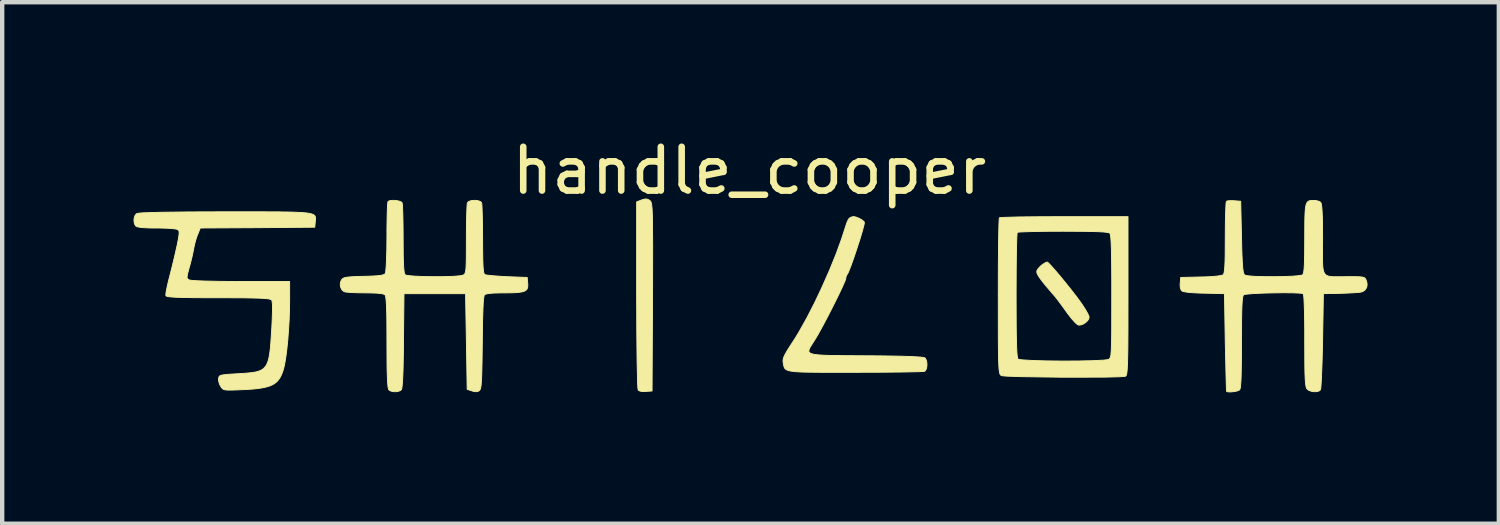
<source format=kicad_pcb>
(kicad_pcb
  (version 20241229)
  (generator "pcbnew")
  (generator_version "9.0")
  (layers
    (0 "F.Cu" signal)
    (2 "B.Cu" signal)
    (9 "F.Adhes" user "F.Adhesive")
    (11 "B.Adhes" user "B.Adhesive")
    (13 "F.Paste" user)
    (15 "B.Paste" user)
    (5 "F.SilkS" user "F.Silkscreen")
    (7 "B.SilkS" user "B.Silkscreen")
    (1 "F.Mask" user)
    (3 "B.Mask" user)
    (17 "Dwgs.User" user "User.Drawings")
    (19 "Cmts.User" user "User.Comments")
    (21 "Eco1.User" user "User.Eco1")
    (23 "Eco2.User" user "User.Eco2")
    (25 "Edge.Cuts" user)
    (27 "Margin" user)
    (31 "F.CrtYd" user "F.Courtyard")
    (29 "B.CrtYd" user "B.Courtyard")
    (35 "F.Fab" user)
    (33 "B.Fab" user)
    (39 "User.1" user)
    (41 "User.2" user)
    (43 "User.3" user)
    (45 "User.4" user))
  (footprint "handle_cooper"
    (layer "F.Cu")
    (at 14.159 3.708)
    (property "Reference" "handle_cooper" (at -0.09 -2.86 0) (unlocked yes) (layer "F.SilkS") (effects (font (size 1 1) (thickness 0.15))))
    (attr smd)
    (fp_poly (pts (xy -2.453 -2.212) (xy -2.447 -2.212) (xy -2.441 -2.211) (xy -2.435 -2.21) (xy -2.429 -2.209) (xy -2.424 -2.207) (xy -2.418 -2.206) (xy -2.412 -2.204) (xy -2.407 -2.201) (xy -2.401 -2.199) (xy -2.395 -2.196) (xy -2.383 -2.189) (xy -2.371 -2.181) (xy -2.358 -2.172) (xy -2.339 -2.146) (xy -2.324 -2.089) (xy -2.313 -1.981) (xy -2.306 -1.802) (xy -2.3 -1.15) (xy -2.303 0.025) (xy -2.314 2.173) (xy -2.458 2.184) (xy -2.475 2.185) (xy -2.491 2.186) (xy -2.506 2.186) (xy -2.52 2.186) (xy -2.534 2.185) (xy -2.548 2.183) (xy -2.56 2.182) (xy -2.572 2.179) (xy -2.583 2.177) (xy -2.593 2.174) (xy -2.597 2.172) (xy -2.602 2.17) (xy -2.606 2.168) (xy -2.61 2.166) (xy -2.614 2.164) (xy -2.617 2.162) (xy -2.62 2.16) (xy -2.623 2.157) (xy -2.626 2.155) (xy -2.628 2.152) (xy -2.631 2.15) (xy -2.632 2.147) (xy -2.639 2.094) (xy -2.645 1.961) (xy -2.656 1.49) (xy -2.663 0.804) (xy -2.666 -0.024) (xy -2.666 -2.146) (xy -2.581 -2.179) (xy -2.56 -2.187) (xy -2.541 -2.194) (xy -2.523 -2.2) (xy -2.507 -2.204) (xy -2.492 -2.208) (xy -2.485 -2.209) (xy -2.478 -2.21) (xy -2.472 -2.211) (xy -2.465 -2.212) (xy -2.459 -2.212)) (stroke (width 0.021) (type solid)) (fill yes) (layer "F.SilkS"))
    (fp_poly (pts (xy 8.558 0.002) (xy 8.557 0.545) (xy 8.557 0.771) (xy 8.556 0.969) (xy 8.555 1.141) (xy 8.553 1.289) (xy 8.55 1.414) (xy 8.548 1.519) (xy 8.544 1.605) (xy 8.54 1.674) (xy 8.538 1.703) (xy 8.535 1.728) (xy 8.533 1.75) (xy 8.53 1.769) (xy 8.527 1.785) (xy 8.523 1.799) (xy 8.52 1.809) (xy 8.516 1.818) (xy 8.512 1.825) (xy 8.508 1.83) (xy 8.503 1.834) (xy 8.499 1.836) (xy 8.451 1.843) (xy 8.35 1.849) (xy 8.023 1.857) (xy 7.072 1.859) (xy 6.126 1.846) (xy 5.805 1.835) (xy 5.708 1.828) (xy 5.665 1.821) (xy 5.643 1.803) (xy 5.634 1.787) (xy 5.626 1.764) (xy 5.613 1.684) (xy 5.605 1.545) (xy 5.599 1.327) (xy 5.596 1.011) (xy 5.595 0.01) (xy 5.595 -0.012) (xy 6.002 -0.012) (xy 6.003 0.35) (xy 6.004 0.653) (xy 6.007 0.9) (xy 6.012 1.096) (xy 6.014 1.176) (xy 6.018 1.244) (xy 6.021 1.302) (xy 6.025 1.349) (xy 6.03 1.386) (xy 6.035 1.414) (xy 6.04 1.433) (xy 6.043 1.439) (xy 6.046 1.443) (xy 6.078 1.454) (xy 6.148 1.463) (xy 6.38 1.477) (xy 6.699 1.486) (xy 7.064 1.49) (xy 7.43 1.488) (xy 7.757 1.481) (xy 8 1.469) (xy 8.077 1.46) (xy 8.117 1.451) (xy 8.139 1.433) (xy 8.148 1.42) (xy 8.156 1.4) (xy 8.163 1.372) (xy 8.169 1.334) (xy 8.177 1.222) (xy 8.183 1.049) (xy 8.186 0.8) (xy 8.187 0.013) (xy 8.187 -0.346) (xy 8.185 -0.647) (xy 8.182 -0.892) (xy 8.178 -1.087) (xy 8.175 -1.166) (xy 8.172 -1.234) (xy 8.168 -1.291) (xy 8.164 -1.338) (xy 8.159 -1.375) (xy 8.154 -1.402) (xy 8.149 -1.421) (xy 8.146 -1.427) (xy 8.143 -1.431) (xy 8.134 -1.437) (xy 8.118 -1.443) (xy 8.067 -1.452) (xy 7.987 -1.46) (xy 7.876 -1.466) (xy 7.732 -1.47) (xy 7.552 -1.473) (xy 7.076 -1.476) (xy 6.87 -1.475) (xy 6.676 -1.474) (xy 6.5 -1.471) (xy 6.345 -1.468) (xy 6.216 -1.464) (xy 6.117 -1.46) (xy 6.053 -1.455) (xy 6.035 -1.452) (xy 6.028 -1.45) (xy 6.023 -1.417) (xy 6.018 -1.33) (xy 6.009 -1.019) (xy 6.004 -0.564) (xy 6.002 -0.012) (xy 5.595 -0.012) (xy 5.596 -0.68) (xy 5.602 -1.248) (xy 5.606 -1.468) (xy 5.61 -1.635) (xy 5.615 -1.743) (xy 5.618 -1.772) (xy 5.62 -1.783) (xy 5.654 -1.788) (xy 5.744 -1.793) (xy 6.064 -1.802) (xy 6.533 -1.807) (xy 7.102 -1.809) (xy 8.558 -1.809)) (stroke (width 0.021) (type solid)) (fill yes) (layer "F.SilkS"))
    (fp_poly (pts (xy 6.725 -0.765) (xy 6.746 -0.746) (xy 6.814 -0.674) (xy 6.908 -0.567) (xy 7.02 -0.435) (xy 7.141 -0.287) (xy 7.263 -0.134) (xy 7.378 0.014) (xy 7.476 0.147) (xy 7.514 0.202) (xy 7.55 0.257) (xy 7.583 0.309) (xy 7.598 0.334) (xy 7.611 0.357) (xy 7.624 0.38) (xy 7.635 0.401) (xy 7.645 0.42) (xy 7.653 0.438) (xy 7.66 0.454) (xy 7.665 0.467) (xy 7.668 0.479) (xy 7.669 0.483) (xy 7.669 0.488) (xy 7.668 0.496) (xy 7.667 0.504) (xy 7.665 0.512) (xy 7.662 0.52) (xy 7.659 0.529) (xy 7.654 0.537) (xy 7.649 0.546) (xy 7.644 0.554) (xy 7.637 0.562) (xy 7.631 0.57) (xy 7.616 0.586) (xy 7.599 0.601) (xy 7.581 0.615) (xy 7.562 0.628) (xy 7.542 0.64) (xy 7.522 0.65) (xy 7.502 0.657) (xy 7.491 0.661) (xy 7.481 0.663) (xy 7.471 0.665) (xy 7.461 0.667) (xy 7.452 0.667) (xy 7.442 0.667) (xy 7.433 0.667) (xy 7.424 0.665) (xy 7.417 0.663) (xy 7.407 0.657) (xy 7.396 0.649) (xy 7.383 0.639) (xy 7.369 0.627) (xy 7.354 0.612) (xy 7.338 0.596) (xy 7.321 0.577) (xy 7.285 0.536) (xy 7.246 0.489) (xy 7.206 0.438) (xy 7.165 0.384) (xy 7.126 0.328) (xy 7.086 0.273) (xy 7.01 0.169) (xy 6.947 0.085) (xy 6.923 0.054) (xy 6.906 0.032) (xy 6.836 -0.049) (xy 6.773 -0.122) (xy 6.718 -0.187) (xy 6.669 -0.246) (xy 6.626 -0.298) (xy 6.59 -0.345) (xy 6.559 -0.386) (xy 6.546 -0.404) (xy 6.534 -0.422) (xy 6.523 -0.438) (xy 6.513 -0.453) (xy 6.505 -0.467) (xy 6.497 -0.481) (xy 6.491 -0.493) (xy 6.486 -0.505) (xy 6.482 -0.515) (xy 6.479 -0.525) (xy 6.476 -0.535) (xy 6.475 -0.543) (xy 6.475 -0.552) (xy 6.475 -0.559) (xy 6.476 -0.567) (xy 6.478 -0.574) (xy 6.48 -0.58) (xy 6.484 -0.587) (xy 6.488 -0.594) (xy 6.493 -0.601) (xy 6.499 -0.609) (xy 6.505 -0.618) (xy 6.512 -0.626) (xy 6.519 -0.635) (xy 6.527 -0.644) (xy 6.534 -0.652) (xy 6.543 -0.661) (xy 6.551 -0.669) (xy 6.559 -0.678) (xy 6.568 -0.686) (xy 6.576 -0.693) (xy 6.585 -0.7) (xy 6.594 -0.707) (xy 6.602 -0.713) (xy 6.61 -0.719) (xy 6.619 -0.725) (xy 6.628 -0.73) (xy 6.636 -0.736) (xy 6.645 -0.741) (xy 6.653 -0.746) (xy 6.661 -0.751) (xy 6.669 -0.755) (xy 6.676 -0.758) (xy 6.683 -0.762) (xy 6.69 -0.765) (xy 6.696 -0.767) (xy 6.701 -0.769) (xy 6.706 -0.771) (xy 6.71 -0.772) (xy 6.713 -0.772)) (stroke (width 0.021) (type solid)) (fill yes) (layer "F.SilkS"))
    (fp_poly (pts (xy 2.294 -1.809) (xy 2.301 -1.808) (xy 2.309 -1.807) (xy 2.318 -1.805) (xy 2.336 -1.801) (xy 2.354 -1.796) (xy 2.373 -1.789) (xy 2.393 -1.781) (xy 2.412 -1.772) (xy 2.432 -1.762) (xy 2.45 -1.752) (xy 2.468 -1.742) (xy 2.484 -1.731) (xy 2.499 -1.72) (xy 2.511 -1.709) (xy 2.517 -1.704) (xy 2.522 -1.699) (xy 2.526 -1.694) (xy 2.53 -1.689) (xy 2.533 -1.684) (xy 2.535 -1.679) (xy 2.534 -1.658) (xy 2.526 -1.616) (xy 2.49 -1.481) (xy 2.435 -1.297) (xy 2.368 -1.089) (xy 2.298 -0.881) (xy 2.233 -0.697) (xy 2.179 -0.56) (xy 2.16 -0.517) (xy 2.146 -0.494) (xy 2.143 -0.49) (xy 2.139 -0.486) (xy 2.136 -0.481) (xy 2.133 -0.476) (xy 2.13 -0.471) (xy 2.127 -0.465) (xy 2.125 -0.459) (xy 2.122 -0.453) (xy 2.12 -0.447) (xy 2.118 -0.44) (xy 2.117 -0.434) (xy 2.115 -0.427) (xy 2.114 -0.421) (xy 2.113 -0.414) (xy 2.113 -0.408) (xy 2.113 -0.401) (xy 2.107 -0.376) (xy 2.089 -0.331) (xy 2.026 -0.187) (xy 1.933 0.007) (xy 1.821 0.232) (xy 1.701 0.467) (xy 1.583 0.69) (xy 1.477 0.882) (xy 1.394 1.021) (xy 1.318 1.139) (xy 1.29 1.186) (xy 1.273 1.225) (xy 1.267 1.259) (xy 1.269 1.273) (xy 1.275 1.286) (xy 1.285 1.298) (xy 1.299 1.308) (xy 1.341 1.326) (xy 1.403 1.339) (xy 1.488 1.349) (xy 1.596 1.356) (xy 1.73 1.361) (xy 2.086 1.366) (xy 2.572 1.369) (xy 2.881 1.371) (xy 3.149 1.375) (xy 3.376 1.379) (xy 3.562 1.385) (xy 3.709 1.392) (xy 3.816 1.399) (xy 3.856 1.404) (xy 3.885 1.408) (xy 3.906 1.413) (xy 3.912 1.415) (xy 3.917 1.417) (xy 3.923 1.423) (xy 3.929 1.43) (xy 3.934 1.438) (xy 3.939 1.446) (xy 3.944 1.455) (xy 3.948 1.465) (xy 3.952 1.475) (xy 3.955 1.486) (xy 3.958 1.497) (xy 3.96 1.509) (xy 3.963 1.533) (xy 3.965 1.557) (xy 3.965 1.582) (xy 3.963 1.607) (xy 3.96 1.63) (xy 3.955 1.652) (xy 3.952 1.663) (xy 3.948 1.673) (xy 3.944 1.682) (xy 3.94 1.69) (xy 3.935 1.698) (xy 3.93 1.705) (xy 3.924 1.712) (xy 3.919 1.717) (xy 3.912 1.721) (xy 3.905 1.725) (xy 3.862 1.729) (xy 3.762 1.733) (xy 3.415 1.74) (xy 2.916 1.745) (xy 2.316 1.747) (xy 1.77 1.747) (xy 1.552 1.747) (xy 1.366 1.745) (xy 1.284 1.744) (xy 1.209 1.743) (xy 1.142 1.741) (xy 1.08 1.739) (xy 1.025 1.736) (xy 0.976 1.733) (xy 0.932 1.729) (xy 0.893 1.724) (xy 0.858 1.719) (xy 0.828 1.713) (xy 0.803 1.707) (xy 0.791 1.703) (xy 0.781 1.699) (xy 0.771 1.695) (xy 0.762 1.691) (xy 0.754 1.687) (xy 0.746 1.682) (xy 0.74 1.677) (xy 0.733 1.672) (xy 0.728 1.667) (xy 0.723 1.661) (xy 0.718 1.655) (xy 0.714 1.649) (xy 0.711 1.643) (xy 0.708 1.636) (xy 0.702 1.622) (xy 0.698 1.606) (xy 0.694 1.59) (xy 0.69 1.572) (xy 0.683 1.532) (xy 0.68 1.514) (xy 0.678 1.497) (xy 0.678 1.479) (xy 0.68 1.462) (xy 0.683 1.443) (xy 0.688 1.423) (xy 0.695 1.402) (xy 0.705 1.378) (xy 0.717 1.353) (xy 0.732 1.325) (xy 0.749 1.294) (xy 0.769 1.259) (xy 0.819 1.179) (xy 0.883 1.08) (xy 0.965 0.953) (xy 1.049 0.813) (xy 1.224 0.501) (xy 1.4 0.158) (xy 1.572 -0.205) (xy 1.736 -0.577) (xy 1.886 -0.945) (xy 2.015 -1.298) (xy 2.12 -1.624) (xy 2.124 -1.637) (xy 2.129 -1.65) (xy 2.134 -1.663) (xy 2.138 -1.676) (xy 2.144 -1.688) (xy 2.149 -1.7) (xy 2.154 -1.712) (xy 2.159 -1.722) (xy 2.165 -1.733) (xy 2.17 -1.742) (xy 2.176 -1.751) (xy 2.181 -1.759) (xy 2.186 -1.766) (xy 2.191 -1.771) (xy 2.194 -1.774) (xy 2.197 -1.776) (xy 2.199 -1.778) (xy 2.201 -1.779) (xy 2.206 -1.782) (xy 2.21 -1.785) (xy 2.215 -1.788) (xy 2.221 -1.79) (xy 2.226 -1.793) (xy 2.231 -1.795) (xy 2.237 -1.798) (xy 2.243 -1.8) (xy 2.248 -1.802) (xy 2.254 -1.804) (xy 2.26 -1.805) (xy 2.266 -1.806) (xy 2.271 -1.808) (xy 2.276 -1.808) (xy 2.282 -1.809) (xy 2.287 -1.809)) (stroke (width 0.021) (type solid)) (fill yes) (layer "F.SilkS"))
    (fp_poly (pts (xy -11.364 -1.92) (xy -11.081 -1.919) (xy -10.839 -1.918) (xy -10.733 -1.916) (xy -10.636 -1.915) (xy -10.548 -1.913) (xy -10.468 -1.91) (xy -10.396 -1.907) (xy -10.332 -1.904) (xy -10.275 -1.9) (xy -10.225 -1.895) (xy -10.181 -1.89) (xy -10.143 -1.884) (xy -10.127 -1.88) (xy -10.111 -1.877) (xy -10.097 -1.873) (xy -10.084 -1.869) (xy -10.072 -1.865) (xy -10.062 -1.861) (xy -10.052 -1.856) (xy -10.043 -1.851) (xy -10.036 -1.846) (xy -10.029 -1.841) (xy -10.023 -1.835) (xy -10.018 -1.829) (xy -10.014 -1.823) (xy -10.011 -1.817) (xy -10.008 -1.811) (xy -10.005 -1.804) (xy -10.004 -1.797) (xy -10.003 -1.789) (xy -10.002 -1.773) (xy -10.002 -1.756) (xy -10.003 -1.738) (xy -10.007 -1.698) (xy -10.019 -1.568) (xy -11.326 -1.557) (xy -12.634 -1.55) (xy -12.689 -1.413) (xy -12.702 -1.382) (xy -12.715 -1.346) (xy -12.728 -1.305) (xy -12.741 -1.263) (xy -12.753 -1.218) (xy -12.764 -1.174) (xy -12.774 -1.131) (xy -12.782 -1.09) (xy -12.8 -0.997) (xy -12.825 -0.882) (xy -12.84 -0.822) (xy -12.855 -0.762) (xy -12.87 -0.704) (xy -12.886 -0.65) (xy -12.897 -0.607) (xy -12.907 -0.57) (xy -12.916 -0.537) (xy -12.92 -0.522) (xy -12.923 -0.508) (xy -12.926 -0.495) (xy -12.929 -0.483) (xy -12.931 -0.472) (xy -12.932 -0.462) (xy -12.934 -0.453) (xy -12.935 -0.444) (xy -12.935 -0.436) (xy -12.936 -0.429) (xy -12.935 -0.423) (xy -12.935 -0.416) (xy -12.934 -0.411) (xy -12.932 -0.406) (xy -12.931 -0.401) (xy -12.929 -0.397) (xy -12.926 -0.393) (xy -12.923 -0.389) (xy -12.92 -0.386) (xy -12.916 -0.382) (xy -12.912 -0.379) (xy -12.907 -0.376) (xy -12.903 -0.373) (xy -12.897 -0.37) (xy -12.886 -0.364) (xy -12.873 -0.36) (xy -12.851 -0.356) (xy -12.777 -0.349) (xy -12.668 -0.343) (xy -12.526 -0.338) (xy -12.16 -0.33) (xy -11.708 -0.327) (xy -10.593 -0.327) (xy -10.593 0.106) (xy -10.596 0.326) (xy -10.604 0.554) (xy -10.618 0.783) (xy -10.635 1.006) (xy -10.656 1.214) (xy -10.68 1.4) (xy -10.706 1.555) (xy -10.72 1.619) (xy -10.733 1.673) (xy -10.754 1.738) (xy -10.777 1.796) (xy -10.802 1.849) (xy -10.83 1.895) (xy -10.863 1.937) (xy -10.88 1.956) (xy -10.899 1.973) (xy -10.92 1.99) (xy -10.941 2.005) (xy -10.965 2.02) (xy -10.99 2.033) (xy -11.044 2.057) (xy -11.106 2.077) (xy -11.176 2.094) (xy -11.255 2.108) (xy -11.343 2.12) (xy -11.441 2.13) (xy -11.55 2.137) (xy -11.671 2.143) (xy -11.814 2.149) (xy -11.872 2.151) (xy -11.922 2.153) (xy -11.944 2.153) (xy -11.965 2.153) (xy -11.984 2.153) (xy -12.002 2.152) (xy -12.018 2.152) (xy -12.032 2.151) (xy -12.046 2.15) (xy -12.058 2.148) (xy -12.069 2.146) (xy -12.079 2.144) (xy -12.088 2.141) (xy -12.097 2.138) (xy -12.104 2.135) (xy -12.111 2.131) (xy -12.118 2.127) (xy -12.124 2.123) (xy -12.129 2.118) (xy -12.135 2.112) (xy -12.14 2.106) (xy -12.145 2.1) (xy -12.151 2.093) (xy -12.156 2.086) (xy -12.167 2.069) (xy -12.173 2.059) (xy -12.179 2.049) (xy -12.184 2.037) (xy -12.19 2.026) (xy -12.194 2.014) (xy -12.199 2.002) (xy -12.203 1.989) (xy -12.206 1.977) (xy -12.209 1.965) (xy -12.212 1.953) (xy -12.214 1.941) (xy -12.215 1.929) (xy -12.216 1.918) (xy -12.217 1.907) (xy -12.216 1.897) (xy -12.215 1.888) (xy -12.213 1.873) (xy -12.21 1.861) (xy -12.206 1.849) (xy -12.199 1.84) (xy -12.191 1.831) (xy -12.179 1.824) (xy -12.163 1.817) (xy -12.142 1.811) (xy -12.117 1.806) (xy -12.086 1.802) (xy -12.004 1.793) (xy -11.892 1.786) (xy -11.745 1.777) (xy -11.626 1.77) (xy -11.522 1.761) (xy -11.432 1.751) (xy -11.353 1.736) (xy -11.318 1.726) (xy -11.286 1.716) (xy -11.256 1.703) (xy -11.229 1.688) (xy -11.204 1.672) (xy -11.181 1.653) (xy -11.161 1.632) (xy -11.142 1.608) (xy -11.125 1.582) (xy -11.11 1.552) (xy -11.096 1.519) (xy -11.083 1.483) (xy -11.072 1.444) (xy -11.062 1.401) (xy -11.046 1.303) (xy -11.032 1.188) (xy -11.021 1.055) (xy -11 0.728) (xy -10.993 0.584) (xy -10.988 0.46) (xy -10.985 0.355) (xy -10.984 0.309) (xy -10.984 0.268) (xy -10.985 0.231) (xy -10.986 0.199) (xy -10.988 0.171) (xy -10.991 0.147) (xy -10.994 0.127) (xy -10.998 0.111) (xy -11 0.105) (xy -11.002 0.099) (xy -11.005 0.095) (xy -11.008 0.091) (xy -11.016 0.085) (xy -11.031 0.079) (xy -11.081 0.068) (xy -11.163 0.06) (xy -11.282 0.053) (xy -11.442 0.049) (xy -11.649 0.045) (xy -12.223 0.043) (xy -12.546 0.043) (xy -12.807 0.041) (xy -12.917 0.039) (xy -13.014 0.038) (xy -13.098 0.035) (xy -13.171 0.033) (xy -13.232 0.03) (xy -13.284 0.026) (xy -13.326 0.023) (xy -13.359 0.018) (xy -13.373 0.016) (xy -13.384 0.013) (xy -13.394 0.01) (xy -13.402 0.008) (xy -13.409 0.005) (xy -13.414 0.002) (xy -13.417 -0.002) (xy -13.419 -0.005) (xy -13.42 -0.013) (xy -13.421 -0.024) (xy -13.418 -0.056) (xy -13.412 -0.101) (xy -13.401 -0.156) (xy -13.388 -0.219) (xy -13.372 -0.289) (xy -13.354 -0.364) (xy -13.334 -0.442) (xy -13.289 -0.617) (xy -13.242 -0.81) (xy -13.198 -0.997) (xy -13.163 -1.153) (xy -13.153 -1.204) (xy -13.144 -1.249) (xy -13.136 -1.29) (xy -13.13 -1.326) (xy -13.127 -1.342) (xy -13.125 -1.357) (xy -13.123 -1.371) (xy -13.121 -1.385) (xy -13.12 -1.397) (xy -13.118 -1.408) (xy -13.118 -1.419) (xy -13.117 -1.429) (xy -13.117 -1.438) (xy -13.117 -1.446) (xy -13.117 -1.454) (xy -13.118 -1.461) (xy -13.119 -1.468) (xy -13.12 -1.474) (xy -13.122 -1.479) (xy -13.124 -1.484) (xy -13.126 -1.489) (xy -13.128 -1.493) (xy -13.131 -1.497) (xy -13.134 -1.5) (xy -13.137 -1.504) (xy -13.141 -1.507) (xy -13.145 -1.51) (xy -13.149 -1.513) (xy -13.156 -1.517) (xy -13.168 -1.521) (xy -13.184 -1.524) (xy -13.204 -1.528) (xy -13.253 -1.534) (xy -13.313 -1.54) (xy -13.384 -1.544) (xy -13.462 -1.547) (xy -13.546 -1.549) (xy -13.634 -1.55) (xy -13.734 -1.55) (xy -13.779 -1.551) (xy -13.822 -1.552) (xy -13.862 -1.554) (xy -13.899 -1.556) (xy -13.933 -1.558) (xy -13.963 -1.561) (xy -13.992 -1.564) (xy -14.017 -1.567) (xy -14.039 -1.571) (xy -14.058 -1.575) (xy -14.074 -1.579) (xy -14.087 -1.584) (xy -14.093 -1.586) (xy -14.097 -1.589) (xy -14.101 -1.591) (xy -14.104 -1.594) (xy -14.11 -1.601) (xy -14.116 -1.608) (xy -14.121 -1.616) (xy -14.126 -1.624) (xy -14.13 -1.632) (xy -14.134 -1.641) (xy -14.137 -1.651) (xy -14.14 -1.661) (xy -14.142 -1.671) (xy -14.144 -1.681) (xy -14.146 -1.691) (xy -14.147 -1.702) (xy -14.148 -1.723) (xy -14.147 -1.745) (xy -14.145 -1.766) (xy -14.143 -1.777) (xy -14.141 -1.787) (xy -14.138 -1.797) (xy -14.135 -1.807) (xy -14.132 -1.816) (xy -14.128 -1.825) (xy -14.123 -1.834) (xy -14.119 -1.842) (xy -14.114 -1.85) (xy -14.108 -1.857) (xy -14.102 -1.864) (xy -14.096 -1.87) (xy -14.089 -1.875) (xy -14.082 -1.879) (xy -14.035 -1.889) (xy -13.927 -1.897) (xy -13.532 -1.909) (xy -12.909 -1.917) (xy -12.071 -1.92)) (stroke (width 0.021) (type solid)) (fill yes) (layer "F.SilkS"))
    (fp_poly (pts (xy 12.811 -2.179) (xy 12.823 -2.179) (xy 12.835 -2.178) (xy 12.847 -2.176) (xy 12.859 -2.174) (xy 12.87 -2.172) (xy 12.882 -2.17) (xy 12.893 -2.167) (xy 12.903 -2.164) (xy 12.913 -2.16) (xy 12.923 -2.157) (xy 12.931 -2.153) (xy 12.939 -2.149) (xy 12.947 -2.144) (xy 12.953 -2.14) (xy 12.956 -2.137) (xy 12.958 -2.135) (xy 12.964 -2.126) (xy 12.97 -2.112) (xy 12.979 -2.069) (xy 12.987 -2.003) (xy 12.993 -1.914) (xy 12.998 -1.799) (xy 13.001 -1.657) (xy 13.003 -1.287) (xy 13.001 -0.98) (xy 13.001 -0.859) (xy 13.003 -0.757) (xy 13.007 -0.673) (xy 13.011 -0.637) (xy 13.016 -0.605) (xy 13.022 -0.576) (xy 13.03 -0.551) (xy 13.039 -0.529) (xy 13.05 -0.51) (xy 13.063 -0.493) (xy 13.078 -0.48) (xy 13.094 -0.468) (xy 13.114 -0.459) (xy 13.135 -0.451) (xy 13.159 -0.446) (xy 13.186 -0.442) (xy 13.215 -0.439) (xy 13.283 -0.436) (xy 13.364 -0.436) (xy 13.57 -0.438) (xy 13.7 -0.438) (xy 13.753 -0.438) (xy 13.798 -0.437) (xy 13.819 -0.436) (xy 13.837 -0.436) (xy 13.855 -0.435) (xy 13.87 -0.433) (xy 13.885 -0.432) (xy 13.898 -0.43) (xy 13.91 -0.429) (xy 13.921 -0.426) (xy 13.931 -0.424) (xy 13.94 -0.421) (xy 13.948 -0.418) (xy 13.955 -0.415) (xy 13.961 -0.411) (xy 13.967 -0.407) (xy 13.972 -0.403) (xy 13.976 -0.398) (xy 13.981 -0.393) (xy 13.984 -0.387) (xy 13.988 -0.381) (xy 13.991 -0.374) (xy 13.994 -0.367) (xy 13.997 -0.359) (xy 14.003 -0.342) (xy 14.007 -0.331) (xy 14.01 -0.32) (xy 14.013 -0.309) (xy 14.015 -0.298) (xy 14.017 -0.287) (xy 14.018 -0.277) (xy 14.019 -0.266) (xy 14.019 -0.256) (xy 14.018 -0.246) (xy 14.017 -0.236) (xy 14.016 -0.226) (xy 14.014 -0.216) (xy 14.012 -0.207) (xy 14.009 -0.197) (xy 14.005 -0.188) (xy 14.002 -0.18) (xy 13.997 -0.171) (xy 13.992 -0.163) (xy 13.987 -0.155) (xy 13.982 -0.148) (xy 13.975 -0.14) (xy 13.969 -0.133) (xy 13.962 -0.127) (xy 13.955 -0.121) (xy 13.947 -0.115) (xy 13.938 -0.11) (xy 13.93 -0.105) (xy 13.921 -0.1) (xy 13.911 -0.096) (xy 13.902 -0.092) (xy 13.891 -0.089) (xy 13.881 -0.087) (xy 13.857 -0.082) (xy 13.819 -0.078) (xy 13.709 -0.07) (xy 13.568 -0.063) (xy 13.41 -0.057) (xy 13.021 -0.05) (xy 13.003 1.025) (xy 12.998 1.241) (xy 12.993 1.445) (xy 12.987 1.632) (xy 12.98 1.797) (xy 12.974 1.935) (xy 12.967 2.042) (xy 12.961 2.113) (xy 12.958 2.134) (xy 12.955 2.143) (xy 12.95 2.149) (xy 12.945 2.155) (xy 12.939 2.16) (xy 12.933 2.165) (xy 12.926 2.169) (xy 12.918 2.173) (xy 12.909 2.177) (xy 12.9 2.18) (xy 12.88 2.184) (xy 12.859 2.188) (xy 12.837 2.189) (xy 12.814 2.189) (xy 12.791 2.188) (xy 12.768 2.184) (xy 12.746 2.179) (xy 12.724 2.173) (xy 12.704 2.165) (xy 12.694 2.161) (xy 12.685 2.156) (xy 12.676 2.15) (xy 12.669 2.145) (xy 12.661 2.139) (xy 12.655 2.132) (xy 12.645 2.122) (xy 12.637 2.108) (xy 12.63 2.09) (xy 12.624 2.066) (xy 12.613 1.999) (xy 12.606 1.899) (xy 12.6 1.76) (xy 12.597 1.572) (xy 12.595 1.025) (xy 12.595 0.781) (xy 12.593 0.568) (xy 12.59 0.386) (xy 12.585 0.235) (xy 12.58 0.115) (xy 12.577 0.067) (xy 12.574 0.028) (xy 12.57 -0.004) (xy 12.566 -0.027) (xy 12.562 -0.043) (xy 12.56 -0.047) (xy 12.558 -0.05) (xy 12.532 -0.056) (xy 12.482 -0.062) (xy 12.324 -0.069) (xy 12.111 -0.071) (xy 11.872 -0.068) (xy 11.633 -0.062) (xy 11.423 -0.052) (xy 11.269 -0.039) (xy 11.222 -0.032) (xy 11.199 -0.024) (xy 11.192 -0.015) (xy 11.186 -0.002) (xy 11.176 0.044) (xy 11.167 0.118) (xy 11.161 0.224) (xy 11.156 0.367) (xy 11.153 0.551) (xy 11.151 1.058) (xy 11.15 1.323) (xy 11.148 1.545) (xy 11.145 1.729) (xy 11.141 1.876) (xy 11.138 1.937) (xy 11.135 1.989) (xy 11.131 2.033) (xy 11.127 2.07) (xy 11.123 2.1) (xy 11.118 2.122) (xy 11.115 2.131) (xy 11.112 2.138) (xy 11.109 2.143) (xy 11.106 2.147) (xy 11.102 2.151) (xy 11.097 2.154) (xy 11.084 2.16) (xy 11.067 2.167) (xy 11.048 2.173) (xy 11.026 2.178) (xy 11.003 2.183) (xy 10.979 2.187) (xy 10.954 2.19) (xy 10.929 2.193) (xy 10.905 2.194) (xy 10.883 2.195) (xy 10.862 2.194) (xy 10.844 2.193) (xy 10.829 2.19) (xy 10.822 2.188) (xy 10.817 2.186) (xy 10.813 2.183) (xy 10.81 2.18) (xy 10.805 2.09) (xy 10.798 1.849) (xy 10.78 1.062) (xy 10.762 -0.05) (xy 10.303 -0.061) (xy 10.203 -0.063) (xy 10.111 -0.067) (xy 10.028 -0.072) (xy 9.99 -0.075) (xy 9.955 -0.078) (xy 9.923 -0.082) (xy 9.894 -0.086) (xy 9.868 -0.09) (xy 9.845 -0.094) (xy 9.826 -0.098) (xy 9.811 -0.103) (xy 9.799 -0.108) (xy 9.795 -0.11) (xy 9.791 -0.112) (xy 9.785 -0.118) (xy 9.78 -0.124) (xy 9.775 -0.132) (xy 9.77 -0.14) (xy 9.766 -0.149) (xy 9.762 -0.158) (xy 9.759 -0.169) (xy 9.756 -0.18) (xy 9.753 -0.192) (xy 9.751 -0.204) (xy 9.75 -0.217) (xy 9.749 -0.23) (xy 9.749 -0.244) (xy 9.749 -0.258) (xy 9.749 -0.272) (xy 9.751 -0.287) (xy 9.762 -0.42) (xy 10.221 -0.431) (xy 10.317 -0.433) (xy 10.408 -0.437) (xy 10.491 -0.442) (xy 10.529 -0.445) (xy 10.564 -0.449) (xy 10.597 -0.452) (xy 10.627 -0.456) (xy 10.653 -0.46) (xy 10.677 -0.464) (xy 10.697 -0.469) (xy 10.712 -0.473) (xy 10.724 -0.478) (xy 10.729 -0.48) (xy 10.732 -0.483) (xy 10.739 -0.49) (xy 10.745 -0.502) (xy 10.75 -0.519) (xy 10.755 -0.54) (xy 10.764 -0.599) (xy 10.77 -0.683) (xy 10.775 -0.795) (xy 10.778 -0.937) (xy 10.78 -1.327) (xy 10.781 -1.489) (xy 10.782 -1.641) (xy 10.785 -1.78) (xy 10.788 -1.902) (xy 10.792 -2.004) (xy 10.796 -2.083) (xy 10.798 -2.113) (xy 10.801 -2.135) (xy 10.804 -2.15) (xy 10.806 -2.157) (xy 10.81 -2.16) (xy 10.815 -2.162) (xy 10.821 -2.165) (xy 10.828 -2.167) (xy 10.837 -2.169) (xy 10.847 -2.17) (xy 10.857 -2.172) (xy 10.869 -2.173) (xy 10.894 -2.174) (xy 10.922 -2.175) (xy 10.953 -2.174) (xy 10.984 -2.172) (xy 11.132 -2.161) (xy 11.151 -1.335) (xy 11.156 -1.105) (xy 11.159 -1.006) (xy 11.162 -0.919) (xy 11.166 -0.841) (xy 11.169 -0.773) (xy 11.173 -0.713) (xy 11.177 -0.662) (xy 11.181 -0.618) (xy 11.186 -0.582) (xy 11.188 -0.566) (xy 11.191 -0.551) (xy 11.194 -0.538) (xy 11.197 -0.527) (xy 11.2 -0.517) (xy 11.203 -0.508) (xy 11.206 -0.5) (xy 11.21 -0.493) (xy 11.213 -0.487) (xy 11.217 -0.483) (xy 11.221 -0.479) (xy 11.225 -0.475) (xy 11.253 -0.466) (xy 11.304 -0.458) (xy 11.374 -0.451) (xy 11.46 -0.445) (xy 11.667 -0.439) (xy 11.899 -0.438) (xy 12.129 -0.441) (xy 12.332 -0.45) (xy 12.415 -0.457) (xy 12.481 -0.464) (xy 12.528 -0.473) (xy 12.542 -0.478) (xy 12.551 -0.483) (xy 12.557 -0.492) (xy 12.562 -0.505) (xy 12.567 -0.524) (xy 12.572 -0.547) (xy 12.58 -0.611) (xy 12.586 -0.699) (xy 12.59 -0.811) (xy 12.593 -0.949) (xy 12.595 -1.309) (xy 12.596 -1.59) (xy 12.597 -1.704) (xy 12.599 -1.803) (xy 12.601 -1.847) (xy 12.602 -1.887) (xy 12.605 -1.924) (xy 12.607 -1.957) (xy 12.61 -1.988) (xy 12.614 -2.015) (xy 12.618 -2.04) (xy 12.622 -2.062) (xy 12.627 -2.082) (xy 12.633 -2.099) (xy 12.64 -2.115) (xy 12.647 -2.128) (xy 12.651 -2.133) (xy 12.655 -2.139) (xy 12.659 -2.144) (xy 12.663 -2.148) (xy 12.668 -2.153) (xy 12.673 -2.156) (xy 12.683 -2.163) (xy 12.694 -2.168) (xy 12.706 -2.172) (xy 12.719 -2.175) (xy 12.733 -2.177) (xy 12.748 -2.178) (xy 12.764 -2.179) (xy 12.799 -2.179)) (stroke (width 0.021) (type solid)) (fill yes) (layer "F.SilkS"))
    (fp_poly (pts (xy -8.199 -2.181) (xy -8.172 -2.178) (xy -8.146 -2.175) (xy -8.12 -2.17) (xy -8.096 -2.165) (xy -8.074 -2.158) (xy -8.056 -2.15) (xy -8.047 -2.145) (xy -8.04 -2.141) (xy -8.034 -2.136) (xy -8.029 -2.131) (xy -8.025 -2.126) (xy -8.022 -2.12) (xy -8.018 -2.092) (xy -8.014 -2.036) (xy -8.007 -1.853) (xy -8.002 -1.597) (xy -8 -1.294) (xy -7.999 -1.103) (xy -7.998 -0.941) (xy -7.995 -0.805) (xy -7.992 -0.747) (xy -7.99 -0.695) (xy -7.987 -0.65) (xy -7.984 -0.61) (xy -7.98 -0.575) (xy -7.976 -0.547) (xy -7.972 -0.523) (xy -7.967 -0.505) (xy -7.964 -0.498) (xy -7.961 -0.491) (xy -7.958 -0.487) (xy -7.955 -0.483) (xy -7.947 -0.478) (xy -7.932 -0.473) (xy -7.887 -0.464) (xy -7.821 -0.457) (xy -7.739 -0.45) (xy -7.538 -0.441) (xy -7.31 -0.438) (xy -7.079 -0.439) (xy -6.871 -0.445) (xy -6.783 -0.451) (xy -6.711 -0.458) (xy -6.658 -0.466) (xy -6.626 -0.475) (xy -6.614 -0.483) (xy -6.603 -0.491) (xy -6.594 -0.502) (xy -6.586 -0.516) (xy -6.58 -0.534) (xy -6.574 -0.557) (xy -6.569 -0.587) (xy -6.565 -0.623) (xy -6.56 -0.722) (xy -6.557 -0.86) (xy -6.555 -1.29) (xy -6.555 -1.446) (xy -6.553 -1.594) (xy -6.551 -1.73) (xy -6.548 -1.851) (xy -6.545 -1.954) (xy -6.541 -2.036) (xy -6.537 -2.092) (xy -6.535 -2.11) (xy -6.533 -2.12) (xy -6.529 -2.128) (xy -6.525 -2.134) (xy -6.519 -2.141) (xy -6.512 -2.147) (xy -6.503 -2.152) (xy -6.494 -2.157) (xy -6.484 -2.162) (xy -6.474 -2.166) (xy -6.462 -2.17) (xy -6.45 -2.173) (xy -6.425 -2.177) (xy -6.398 -2.18) (xy -6.37 -2.181) (xy -6.342 -2.18) (xy -6.315 -2.177) (xy -6.29 -2.173) (xy -6.278 -2.17) (xy -6.266 -2.166) (xy -6.255 -2.162) (xy -6.246 -2.157) (xy -6.236 -2.152) (xy -6.228 -2.147) (xy -6.221 -2.141) (xy -6.215 -2.134) (xy -6.21 -2.128) (xy -6.207 -2.12) (xy -6.203 -2.092) (xy -6.199 -2.036) (xy -6.192 -1.851) (xy -6.187 -1.594) (xy -6.185 -1.29) (xy -6.184 -1.091) (xy -6.182 -0.924) (xy -6.181 -0.852) (xy -6.179 -0.788) (xy -6.177 -0.731) (xy -6.175 -0.68) (xy -6.172 -0.636) (xy -6.168 -0.598) (xy -6.164 -0.566) (xy -6.16 -0.54) (xy -6.155 -0.52) (xy -6.152 -0.511) (xy -6.149 -0.504) (xy -6.146 -0.498) (xy -6.143 -0.493) (xy -6.14 -0.489) (xy -6.137 -0.487) (xy -6.13 -0.484) (xy -6.119 -0.481) (xy -6.084 -0.474) (xy -6.034 -0.468) (xy -5.97 -0.461) (xy -5.896 -0.455) (xy -5.813 -0.449) (xy -5.723 -0.443) (xy -5.629 -0.438) (xy -5.166 -0.42) (xy -5.155 -0.29) (xy -5.153 -0.256) (xy -5.153 -0.225) (xy -5.156 -0.198) (xy -5.162 -0.174) (xy -5.167 -0.163) (xy -5.173 -0.153) (xy -5.18 -0.144) (xy -5.188 -0.135) (xy -5.197 -0.127) (xy -5.208 -0.12) (xy -5.219 -0.113) (xy -5.233 -0.107) (xy -5.264 -0.096) (xy -5.301 -0.088) (xy -5.346 -0.081) (xy -5.398 -0.076) (xy -5.457 -0.072) (xy -5.525 -0.07) (xy -5.688 -0.068) (xy -5.743 -0.068) (xy -5.793 -0.067) (xy -5.839 -0.066) (xy -5.882 -0.065) (xy -5.921 -0.064) (xy -5.957 -0.062) (xy -5.989 -0.059) (xy -6.018 -0.056) (xy -6.043 -0.053) (xy -6.066 -0.05) (xy -6.086 -0.046) (xy -6.103 -0.041) (xy -6.117 -0.037) (xy -6.123 -0.034) (xy -6.128 -0.032) (xy -6.133 -0.029) (xy -6.137 -0.026) (xy -6.141 -0.023) (xy -6.144 -0.02) (xy -6.149 -0.01) (xy -6.153 0.008) (xy -6.162 0.068) (xy -6.17 0.158) (xy -6.176 0.28) (xy -6.187 0.618) (xy -6.192 1.08) (xy -6.196 1.395) (xy -6.198 1.526) (xy -6.201 1.641) (xy -6.203 1.741) (xy -6.206 1.827) (xy -6.209 1.9) (xy -6.213 1.962) (xy -6.215 1.989) (xy -6.217 2.014) (xy -6.219 2.036) (xy -6.221 2.056) (xy -6.224 2.073) (xy -6.227 2.089) (xy -6.23 2.103) (xy -6.233 2.115) (xy -6.236 2.126) (xy -6.24 2.135) (xy -6.244 2.143) (xy -6.248 2.15) (xy -6.252 2.156) (xy -6.256 2.161) (xy -6.261 2.166) (xy -6.266 2.169) (xy -6.274 2.174) (xy -6.282 2.178) (xy -6.291 2.181) (xy -6.3 2.184) (xy -6.309 2.186) (xy -6.318 2.188) (xy -6.328 2.188) (xy -6.338 2.189) (xy -6.349 2.188) (xy -6.36 2.188) (xy -6.371 2.186) (xy -6.383 2.184) (xy -6.395 2.181) (xy -6.407 2.178) (xy -6.42 2.174) (xy -6.433 2.169) (xy -6.537 2.136) (xy -6.555 1.043) (xy -6.574 -0.05) (xy -7.981 -0.05) (xy -7.992 1.021) (xy -7.994 1.273) (xy -7.998 1.493) (xy -8.002 1.681) (xy -8.008 1.838) (xy -8.015 1.962) (xy -8.019 2.012) (xy -8.023 2.054) (xy -8.027 2.089) (xy -8.031 2.115) (xy -8.036 2.133) (xy -8.038 2.139) (xy -8.041 2.143) (xy -8.046 2.149) (xy -8.052 2.154) (xy -8.058 2.159) (xy -8.065 2.163) (xy -8.073 2.167) (xy -8.081 2.171) (xy -8.099 2.177) (xy -8.118 2.182) (xy -8.138 2.186) (xy -8.159 2.189) (xy -8.18 2.19) (xy -8.202 2.189) (xy -8.223 2.188) (xy -8.244 2.184) (xy -8.263 2.18) (xy -8.282 2.174) (xy -8.29 2.17) (xy -8.299 2.166) (xy -8.306 2.162) (xy -8.313 2.157) (xy -8.32 2.152) (xy -8.326 2.147) (xy -8.332 2.138) (xy -8.337 2.122) (xy -8.347 2.07) (xy -8.354 1.989) (xy -8.36 1.877) (xy -8.365 1.73) (xy -8.368 1.547) (xy -8.37 1.062) (xy -8.371 0.798) (xy -8.372 0.576) (xy -8.375 0.393) (xy -8.38 0.247) (xy -8.383 0.186) (xy -8.386 0.134) (xy -8.39 0.09) (xy -8.394 0.053) (xy -8.398 0.024) (xy -8.403 0.001) (xy -8.406 -0.007) (xy -8.409 -0.014) (xy -8.412 -0.02) (xy -8.415 -0.024) (xy -8.422 -0.029) (xy -8.431 -0.034) (xy -8.444 -0.039) (xy -8.46 -0.043) (xy -8.478 -0.047) (xy -8.499 -0.051) (xy -8.548 -0.057) (xy -8.609 -0.062) (xy -8.68 -0.065) (xy -8.761 -0.067) (xy -8.852 -0.068) (xy -8.932 -0.069) (xy -9.01 -0.07) (xy -9.083 -0.072) (xy -9.151 -0.075) (xy -9.211 -0.078) (xy -9.262 -0.082) (xy -9.3 -0.086) (xy -9.315 -0.088) (xy -9.326 -0.09) (xy -9.335 -0.093) (xy -9.343 -0.096) (xy -9.352 -0.1) (xy -9.359 -0.105) (xy -9.367 -0.11) (xy -9.374 -0.116) (xy -9.381 -0.122) (xy -9.388 -0.128) (xy -9.394 -0.135) (xy -9.4 -0.143) (xy -9.405 -0.151) (xy -9.41 -0.159) (xy -9.414 -0.167) (xy -9.418 -0.176) (xy -9.422 -0.185) (xy -9.425 -0.194) (xy -9.428 -0.204) (xy -9.431 -0.214) (xy -9.433 -0.224) (xy -9.434 -0.234) (xy -9.435 -0.244) (xy -9.435 -0.254) (xy -9.435 -0.265) (xy -9.435 -0.275) (xy -9.434 -0.286) (xy -9.432 -0.296) (xy -9.43 -0.306) (xy -9.427 -0.317) (xy -9.424 -0.327) (xy -9.42 -0.337) (xy -9.416 -0.347) (xy -9.411 -0.357) (xy -9.404 -0.369) (xy -9.396 -0.379) (xy -9.387 -0.389) (xy -9.376 -0.397) (xy -9.362 -0.405) (xy -9.346 -0.411) (xy -9.326 -0.417) (xy -9.302 -0.422) (xy -9.274 -0.427) (xy -9.241 -0.43) (xy -9.157 -0.437) (xy -9.048 -0.442) (xy -8.907 -0.446) (xy -8.842 -0.447) (xy -8.783 -0.449) (xy -8.729 -0.451) (xy -8.68 -0.453) (xy -8.636 -0.456) (xy -8.596 -0.458) (xy -8.562 -0.462) (xy -8.531 -0.465) (xy -8.504 -0.469) (xy -8.492 -0.472) (xy -8.481 -0.474) (xy -8.471 -0.476) (xy -8.462 -0.479) (xy -8.453 -0.482) (xy -8.445 -0.484) (xy -8.438 -0.487) (xy -8.432 -0.491) (xy -8.426 -0.494) (xy -8.421 -0.497) (xy -8.417 -0.501) (xy -8.413 -0.505) (xy -8.41 -0.508) (xy -8.407 -0.513) (xy -8.404 -0.522) (xy -8.4 -0.539) (xy -8.394 -0.595) (xy -8.387 -0.677) (xy -8.382 -0.781) (xy -8.373 -1.042) (xy -8.37 -1.35) (xy -8.37 -1.507) (xy -8.368 -1.655) (xy -8.366 -1.79) (xy -8.363 -1.909) (xy -8.359 -2.008) (xy -8.355 -2.084) (xy -8.352 -2.112) (xy -8.35 -2.133) (xy -8.347 -2.147) (xy -8.346 -2.151) (xy -8.344 -2.153) (xy -8.339 -2.158) (xy -8.332 -2.162) (xy -8.325 -2.166) (xy -8.316 -2.169) (xy -8.307 -2.172) (xy -8.297 -2.175) (xy -8.275 -2.178) (xy -8.251 -2.181) (xy -8.225 -2.181)) (stroke (width 0.021) (type solid)) (fill yes) (layer "F.SilkS")))
  (gr_rect
    (start -3 -3)
    (end 31.188 8.914)
    (stroke (width 0.1) (type default))
    (fill no)
    (layer "Edge.Cuts")))
</source>
